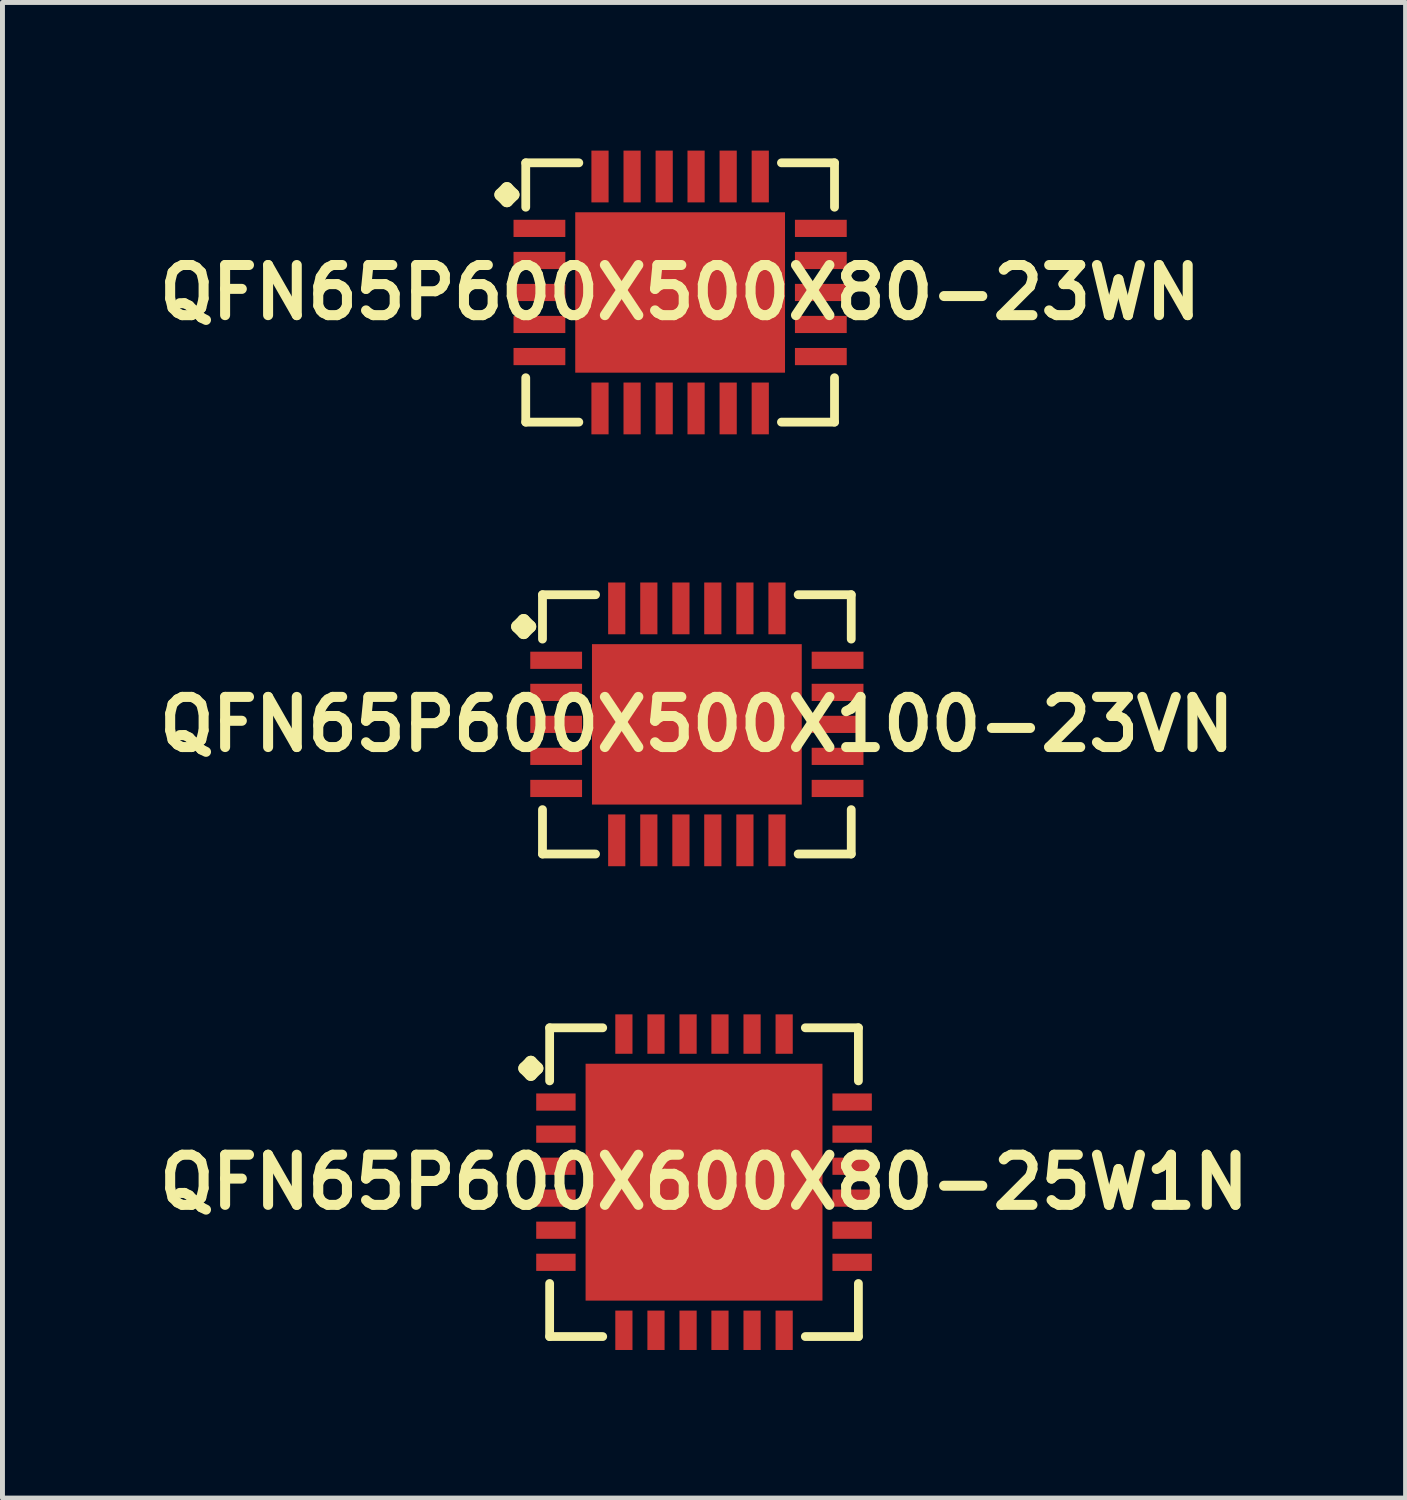
<source format=kicad_pcb>
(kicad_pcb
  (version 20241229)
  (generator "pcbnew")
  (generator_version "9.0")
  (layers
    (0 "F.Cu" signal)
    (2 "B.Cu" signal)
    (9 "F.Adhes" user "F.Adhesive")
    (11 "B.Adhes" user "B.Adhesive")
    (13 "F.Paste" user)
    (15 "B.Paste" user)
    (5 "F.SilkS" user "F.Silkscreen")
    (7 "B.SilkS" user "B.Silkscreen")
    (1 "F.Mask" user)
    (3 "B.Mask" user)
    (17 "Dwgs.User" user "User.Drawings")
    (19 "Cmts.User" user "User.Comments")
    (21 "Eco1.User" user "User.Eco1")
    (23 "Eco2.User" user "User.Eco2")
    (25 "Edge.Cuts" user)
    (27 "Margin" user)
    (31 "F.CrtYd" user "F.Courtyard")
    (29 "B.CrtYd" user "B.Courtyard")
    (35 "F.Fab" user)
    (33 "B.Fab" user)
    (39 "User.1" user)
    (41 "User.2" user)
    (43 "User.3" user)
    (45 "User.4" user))
  (footprint "QFN65P600X500X100-23VN"
    (layer "F.Cu")
    (at 11.065 11.622)
    (property "Reference" "QFN65P600X500X100-23VN" (at 0 0 0) (layer "F.SilkS") (effects (font (size 1.016 1.016) (thickness 0.203))))
    (attr smd)
    (fp_line (start -3.635 -1.981) (end -3.508 -2.108) (stroke (width 0.254) (type solid)) (layer "F.SilkS"))
    (fp_line (start -3.508 -2.108) (end -3.381 -1.981) (stroke (width 0.254) (type solid)) (layer "F.SilkS"))
    (fp_line (start -3.508 -1.854) (end -3.635 -1.981) (stroke (width 0.254) (type solid)) (layer "F.SilkS"))
    (fp_line (start -3.381 -1.981) (end -3.508 -1.854) (stroke (width 0.254) (type solid)) (layer "F.SilkS"))
    (fp_line (start -3.127 -2.626) (end -2.052 -2.626) (stroke (width 0.178) (type solid)) (layer "F.SilkS"))
    (fp_line (start -3.127 -1.727) (end -3.127 -2.626) (stroke (width 0.178) (type solid)) (layer "F.SilkS"))
    (fp_line (start -3.127 1.727) (end -3.127 2.626) (stroke (width 0.178) (type solid)) (layer "F.SilkS"))
    (fp_line (start -3.127 2.626) (end -2.052 2.626) (stroke (width 0.178) (type solid)) (layer "F.SilkS"))
    (fp_line (start 2.052 -2.626) (end 3.127 -2.626) (stroke (width 0.178) (type solid)) (layer "F.SilkS"))
    (fp_line (start 2.052 2.626) (end 3.127 2.626) (stroke (width 0.178) (type solid)) (layer "F.SilkS"))
    (fp_line (start 3.127 -2.626) (end 3.127 -1.727) (stroke (width 0.178) (type solid)) (layer "F.SilkS"))
    (fp_line (start 3.127 2.626) (end 3.127 1.727) (stroke (width 0.178) (type solid)) (layer "F.SilkS"))
    (pad "1" smd rect (at -2.85 -1.298) (size 1.049 0.348) (layers "F.Cu" "F.Mask" "F.Paste"))
    (pad "2" smd rect (at -2.85 -0.648) (size 1.049 0.348) (layers "F.Cu" "F.Mask" "F.Paste"))
    (pad "3" smd rect (at -2.85 0) (size 1.049 0.348) (layers "F.Cu" "F.Mask" "F.Paste"))
    (pad "4" smd rect (at -2.85 0.648) (size 1.049 0.348) (layers "F.Cu" "F.Mask" "F.Paste"))
    (pad "5" smd rect (at -2.85 1.298) (size 1.049 0.348) (layers "F.Cu" "F.Mask" "F.Paste"))
    (pad "6" smd rect (at -1.623 2.349) (size 0.348 1.049) (layers "F.Cu" "F.Mask" "F.Paste"))
    (pad "7" smd rect (at -0.973 2.349) (size 0.348 1.049) (layers "F.Cu" "F.Mask" "F.Paste"))
    (pad "8" smd rect (at -0.323 2.349) (size 0.348 1.049) (layers "F.Cu" "F.Mask" "F.Paste"))
    (pad "9" smd rect (at 0.323 2.349) (size 0.348 1.049) (layers "F.Cu" "F.Mask" "F.Paste"))
    (pad "10" smd rect (at 0.973 2.349) (size 0.348 1.049) (layers "F.Cu" "F.Mask" "F.Paste"))
    (pad "11" smd rect (at 1.623 2.349) (size 0.348 1.049) (layers "F.Cu" "F.Mask" "F.Paste"))
    (pad "12" smd rect (at 2.85 1.298) (size 1.049 0.348) (layers "F.Cu" "F.Mask" "F.Paste"))
    (pad "13" smd rect (at 2.85 0.648) (size 1.049 0.348) (layers "F.Cu" "F.Mask" "F.Paste"))
    (pad "14" smd rect (at 2.85 0) (size 1.049 0.348) (layers "F.Cu" "F.Mask" "F.Paste"))
    (pad "15" smd rect (at 2.85 -0.648) (size 1.049 0.348) (layers "F.Cu" "F.Mask" "F.Paste"))
    (pad "16" smd rect (at 2.85 -1.298) (size 1.049 0.348) (layers "F.Cu" "F.Mask" "F.Paste"))
    (pad "17" smd rect (at 1.623 -2.349) (size 0.348 1.049) (layers "F.Cu" "F.Mask" "F.Paste"))
    (pad "18" smd rect (at 0.973 -2.349) (size 0.348 1.049) (layers "F.Cu" "F.Mask" "F.Paste"))
    (pad "19" smd rect (at 0.323 -2.349) (size 0.348 1.049) (layers "F.Cu" "F.Mask" "F.Paste"))
    (pad "20" smd rect (at -0.323 -2.349) (size 0.348 1.049) (layers "F.Cu" "F.Mask" "F.Paste"))
    (pad "21" smd rect (at -0.973 -2.349) (size 0.348 1.049) (layers "F.Cu" "F.Mask" "F.Paste"))
    (pad "22" smd rect (at -1.623 -2.349) (size 0.348 1.049) (layers "F.Cu" "F.Mask" "F.Paste"))
    (pad "23" smd rect (at 0 0) (size 4.249 3.249) (layers "F.Cu" "F.Mask" "F.Paste")))
  (footprint "QFN65P600X600X80-25W1N"
    (layer "F.Cu")
    (at 11.21 20.895)
    (property "Reference" "QFN65P600X600X80-25W1N" (at 0 0 0) (layer "F.SilkS") (effects (font (size 1.016 1.016) (thickness 0.203))))
    (attr smd)
    (fp_line (start -3.635 -2.306) (end -3.508 -2.433) (stroke (width 0.254) (type solid)) (layer "F.SilkS"))
    (fp_line (start -3.508 -2.433) (end -3.381 -2.306) (stroke (width 0.254) (type solid)) (layer "F.SilkS"))
    (fp_line (start -3.508 -2.179) (end -3.635 -2.306) (stroke (width 0.254) (type solid)) (layer "F.SilkS"))
    (fp_line (start -3.381 -2.306) (end -3.508 -2.179) (stroke (width 0.254) (type solid)) (layer "F.SilkS"))
    (fp_line (start -3.127 -3.127) (end -2.052 -3.127) (stroke (width 0.178) (type solid)) (layer "F.SilkS"))
    (fp_line (start -3.127 -2.052) (end -3.127 -3.127) (stroke (width 0.178) (type solid)) (layer "F.SilkS"))
    (fp_line (start -3.127 2.052) (end -3.127 3.127) (stroke (width 0.178) (type solid)) (layer "F.SilkS"))
    (fp_line (start -3.127 3.127) (end -2.052 3.127) (stroke (width 0.178) (type solid)) (layer "F.SilkS"))
    (fp_line (start 2.052 -3.127) (end 3.127 -3.127) (stroke (width 0.178) (type solid)) (layer "F.SilkS"))
    (fp_line (start 2.052 3.127) (end 3.127 3.127) (stroke (width 0.178) (type solid)) (layer "F.SilkS"))
    (fp_line (start 3.127 -3.127) (end 3.127 -2.052) (stroke (width 0.178) (type solid)) (layer "F.SilkS"))
    (fp_line (start 3.127 3.127) (end 3.127 2.052) (stroke (width 0.178) (type solid)) (layer "F.SilkS"))
    (pad "1" smd rect (at -3 -1.623) (size 0.798 0.348) (layers "F.Cu" "F.Mask" "F.Paste"))
    (pad "2" smd rect (at -3 -0.973) (size 0.798 0.348) (layers "F.Cu" "F.Mask" "F.Paste"))
    (pad "3" smd rect (at -3 -0.323) (size 0.798 0.348) (layers "F.Cu" "F.Mask" "F.Paste"))
    (pad "4" smd rect (at -3 0.323) (size 0.798 0.348) (layers "F.Cu" "F.Mask" "F.Paste"))
    (pad "5" smd rect (at -3 0.973) (size 0.798 0.348) (layers "F.Cu" "F.Mask" "F.Paste"))
    (pad "6" smd rect (at -3 1.623) (size 0.798 0.348) (layers "F.Cu" "F.Mask" "F.Paste"))
    (pad "7" smd rect (at -1.623 3) (size 0.348 0.798) (layers "F.Cu" "F.Mask" "F.Paste"))
    (pad "8" smd rect (at -0.973 3) (size 0.348 0.798) (layers "F.Cu" "F.Mask" "F.Paste"))
    (pad "9" smd rect (at -0.323 3) (size 0.348 0.798) (layers "F.Cu" "F.Mask" "F.Paste"))
    (pad "10" smd rect (at 0.323 3) (size 0.348 0.798) (layers "F.Cu" "F.Mask" "F.Paste"))
    (pad "11" smd rect (at 0.973 3) (size 0.348 0.798) (layers "F.Cu" "F.Mask" "F.Paste"))
    (pad "12" smd rect (at 1.623 3) (size 0.348 0.798) (layers "F.Cu" "F.Mask" "F.Paste"))
    (pad "13" smd rect (at 3 1.623) (size 0.798 0.348) (layers "F.Cu" "F.Mask" "F.Paste"))
    (pad "14" smd rect (at 3 0.973) (size 0.798 0.348) (layers "F.Cu" "F.Mask" "F.Paste"))
    (pad "15" smd rect (at 3 0.323) (size 0.798 0.348) (layers "F.Cu" "F.Mask" "F.Paste"))
    (pad "16" smd rect (at 3 -0.323) (size 0.798 0.348) (layers "F.Cu" "F.Mask" "F.Paste"))
    (pad "17" smd rect (at 3 -0.973) (size 0.798 0.348) (layers "F.Cu" "F.Mask" "F.Paste"))
    (pad "18" smd rect (at 3 -1.623) (size 0.798 0.348) (layers "F.Cu" "F.Mask" "F.Paste"))
    (pad "19" smd rect (at 1.623 -3) (size 0.348 0.798) (layers "F.Cu" "F.Mask" "F.Paste"))
    (pad "20" smd rect (at 0.973 -3) (size 0.348 0.798) (layers "F.Cu" "F.Mask" "F.Paste"))
    (pad "21" smd rect (at 0.323 -3) (size 0.348 0.798) (layers "F.Cu" "F.Mask" "F.Paste"))
    (pad "22" smd rect (at -0.323 -3) (size 0.348 0.798) (layers "F.Cu" "F.Mask" "F.Paste"))
    (pad "23" smd rect (at -0.973 -3) (size 0.348 0.798) (layers "F.Cu" "F.Mask" "F.Paste"))
    (pad "24" smd rect (at -1.623 -3) (size 0.348 0.798) (layers "F.Cu" "F.Mask" "F.Paste"))
    (pad "25" smd rect (at 0 0) (size 4.798 4.798) (layers "F.Cu" "F.Mask" "F.Paste")))
  (footprint "QFN65P600X500X80-23WN"
    (layer "F.Cu")
    (at 10.726 2.874)
    (property "Reference" "QFN65P600X500X80-23WN" (at 0 0 0) (layer "F.SilkS") (effects (font (size 1.016 1.016) (thickness 0.203))))
    (attr smd)
    (fp_line (start -3.635 -1.981) (end -3.508 -2.108) (stroke (width 0.254) (type solid)) (layer "F.SilkS"))
    (fp_line (start -3.508 -2.108) (end -3.381 -1.981) (stroke (width 0.254) (type solid)) (layer "F.SilkS"))
    (fp_line (start -3.508 -1.854) (end -3.635 -1.981) (stroke (width 0.254) (type solid)) (layer "F.SilkS"))
    (fp_line (start -3.381 -1.981) (end -3.508 -1.854) (stroke (width 0.254) (type solid)) (layer "F.SilkS"))
    (fp_line (start -3.127 -2.626) (end -2.052 -2.626) (stroke (width 0.178) (type solid)) (layer "F.SilkS"))
    (fp_line (start -3.127 -1.727) (end -3.127 -2.626) (stroke (width 0.178) (type solid)) (layer "F.SilkS"))
    (fp_line (start -3.127 1.727) (end -3.127 2.626) (stroke (width 0.178) (type solid)) (layer "F.SilkS"))
    (fp_line (start -3.127 2.626) (end -2.052 2.626) (stroke (width 0.178) (type solid)) (layer "F.SilkS"))
    (fp_line (start 2.052 -2.626) (end 3.127 -2.626) (stroke (width 0.178) (type solid)) (layer "F.SilkS"))
    (fp_line (start 2.052 2.626) (end 3.127 2.626) (stroke (width 0.178) (type solid)) (layer "F.SilkS"))
    (fp_line (start 3.127 -2.626) (end 3.127 -1.727) (stroke (width 0.178) (type solid)) (layer "F.SilkS"))
    (fp_line (start 3.127 2.626) (end 3.127 1.727) (stroke (width 0.178) (type solid)) (layer "F.SilkS"))
    (pad "1" smd rect (at -2.85 -1.298) (size 1.049 0.348) (layers "F.Cu" "F.Mask" "F.Paste"))
    (pad "2" smd rect (at -2.85 -0.648) (size 1.049 0.348) (layers "F.Cu" "F.Mask" "F.Paste"))
    (pad "3" smd rect (at -2.85 0) (size 1.049 0.348) (layers "F.Cu" "F.Mask" "F.Paste"))
    (pad "4" smd rect (at -2.85 0.648) (size 1.049 0.348) (layers "F.Cu" "F.Mask" "F.Paste"))
    (pad "5" smd rect (at -2.85 1.298) (size 1.049 0.348) (layers "F.Cu" "F.Mask" "F.Paste"))
    (pad "6" smd rect (at -1.623 2.349) (size 0.348 1.049) (layers "F.Cu" "F.Mask" "F.Paste"))
    (pad "7" smd rect (at -0.973 2.349) (size 0.348 1.049) (layers "F.Cu" "F.Mask" "F.Paste"))
    (pad "8" smd rect (at -0.323 2.349) (size 0.348 1.049) (layers "F.Cu" "F.Mask" "F.Paste"))
    (pad "9" smd rect (at 0.323 2.349) (size 0.348 1.049) (layers "F.Cu" "F.Mask" "F.Paste"))
    (pad "10" smd rect (at 0.973 2.349) (size 0.348 1.049) (layers "F.Cu" "F.Mask" "F.Paste"))
    (pad "11" smd rect (at 1.623 2.349) (size 0.348 1.049) (layers "F.Cu" "F.Mask" "F.Paste"))
    (pad "12" smd rect (at 2.85 1.298) (size 1.049 0.348) (layers "F.Cu" "F.Mask" "F.Paste"))
    (pad "13" smd rect (at 2.85 0.648) (size 1.049 0.348) (layers "F.Cu" "F.Mask" "F.Paste"))
    (pad "14" smd rect (at 2.85 0) (size 1.049 0.348) (layers "F.Cu" "F.Mask" "F.Paste"))
    (pad "15" smd rect (at 2.85 -0.648) (size 1.049 0.348) (layers "F.Cu" "F.Mask" "F.Paste"))
    (pad "16" smd rect (at 2.85 -1.298) (size 1.049 0.348) (layers "F.Cu" "F.Mask" "F.Paste"))
    (pad "17" smd rect (at 1.623 -2.349) (size 0.348 1.049) (layers "F.Cu" "F.Mask" "F.Paste"))
    (pad "18" smd rect (at 0.973 -2.349) (size 0.348 1.049) (layers "F.Cu" "F.Mask" "F.Paste"))
    (pad "19" smd rect (at 0.323 -2.349) (size 0.348 1.049) (layers "F.Cu" "F.Mask" "F.Paste"))
    (pad "20" smd rect (at -0.323 -2.349) (size 0.348 1.049) (layers "F.Cu" "F.Mask" "F.Paste"))
    (pad "21" smd rect (at -0.973 -2.349) (size 0.348 1.049) (layers "F.Cu" "F.Mask" "F.Paste"))
    (pad "22" smd rect (at -1.623 -2.349) (size 0.348 1.049) (layers "F.Cu" "F.Mask" "F.Paste"))
    (pad "23" smd rect (at 0 0) (size 4.249 3.249) (layers "F.Cu" "F.Mask" "F.Paste")))
  (gr_rect
    (start -3 -3)
    (end 25.42 27.293)
    (stroke (width 0.1) (type default))
    (fill no)
    (layer "Edge.Cuts")))
</source>
